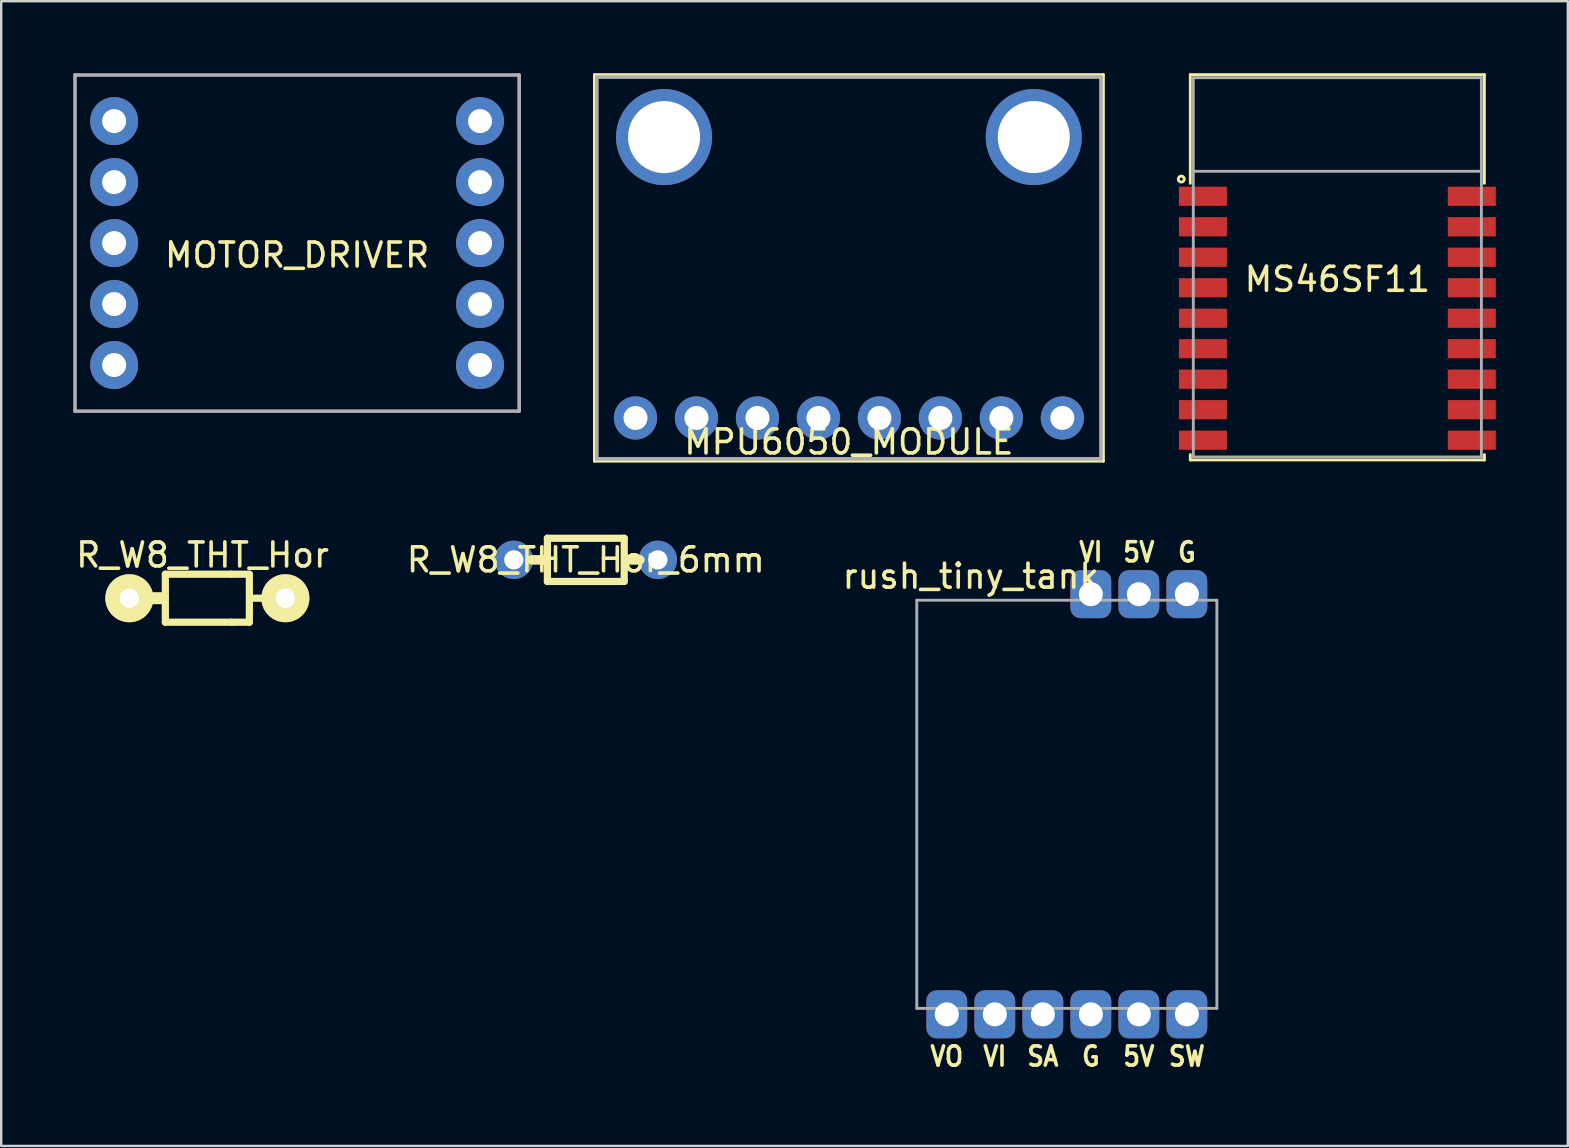
<source format=kicad_pcb>
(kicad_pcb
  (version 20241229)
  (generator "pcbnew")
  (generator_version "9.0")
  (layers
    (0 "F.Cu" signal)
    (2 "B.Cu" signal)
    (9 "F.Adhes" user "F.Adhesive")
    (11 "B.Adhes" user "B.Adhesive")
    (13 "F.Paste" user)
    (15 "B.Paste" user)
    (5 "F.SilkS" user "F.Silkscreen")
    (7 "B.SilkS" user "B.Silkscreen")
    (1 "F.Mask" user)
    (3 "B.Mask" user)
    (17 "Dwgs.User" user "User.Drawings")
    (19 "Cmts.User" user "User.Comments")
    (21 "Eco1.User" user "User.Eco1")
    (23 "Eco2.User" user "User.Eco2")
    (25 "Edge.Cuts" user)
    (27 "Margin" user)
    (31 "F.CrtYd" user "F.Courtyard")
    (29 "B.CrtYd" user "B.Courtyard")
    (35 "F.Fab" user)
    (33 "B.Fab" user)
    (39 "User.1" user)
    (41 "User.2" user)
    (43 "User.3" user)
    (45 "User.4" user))
  (footprint "R_W8_THT_Hor_6mm"
    (layer "F.Cu")
    (at 21.351 20.27)
    (property "Reference" "R_W8_THT_Hor_6mm" (at 0 0 0) (layer "F.SilkS") (effects (font (size 1 1) (thickness 0.15))))
    (attr through_hole)
    (fp_line (start -1.7 0) (end -2.25 0) (stroke (width 0.4) (type solid)) (layer "F.SilkS"))
    (fp_line (start -1.6 -0.9) (end -1.6 0.9) (stroke (width 0.3) (type solid)) (layer "F.SilkS"))
    (fp_line (start -1.6 0.9) (end 1.6 0.9) (stroke (width 0.3) (type solid)) (layer "F.SilkS"))
    (fp_line (start 1.6 -0.9) (end -1.6 -0.9) (stroke (width 0.3) (type solid)) (layer "F.SilkS"))
    (fp_line (start 1.6 -0.9) (end 1.6 0.9) (stroke (width 0.3) (type solid)) (layer "F.SilkS"))
    (fp_line (start 1.7 0) (end 2.25 0) (stroke (width 0.4) (type solid)) (layer "F.SilkS"))
    (pad "1" thru_hole circle (at -3 0) (size 1.6 1.6) (drill 0.8) (layers "*.Cu" "*.Mask"))
    (pad "2" thru_hole circle (at 3 0) (size 1.6 1.6) (drill 0.8) (layers "*.Cu" "*.Mask")))
  (footprint "R_W8_THT_Hor"
    (layer "F.Cu")
    (at 5.587 21.868)
    (property "Reference" "R_W8_THT_Hor" (at -0.2 -1.8 0) (layer "F.SilkS") (effects (font (size 1 1) (thickness 0.15))))
    (attr through_hole)
    (fp_line (start -1.85 0) (end -3.25 0) (stroke (width 0.5) (type solid)) (layer "F.SilkS"))
    (fp_line (start -1.75 -1) (end -1.75 1) (stroke (width 0.3) (type solid)) (layer "F.SilkS"))
    (fp_line (start -1.75 1) (end 1 1) (stroke (width 0.3) (type solid)) (layer "F.SilkS"))
    (fp_line (start 1 -1) (end -1.75 -1) (stroke (width 0.3) (type solid)) (layer "F.SilkS"))
    (fp_line (start 1.75 -1) (end 1 -1) (stroke (width 0.3) (type solid)) (layer "F.SilkS"))
    (fp_line (start 1.75 -1) (end 1.75 1) (stroke (width 0.3) (type solid)) (layer "F.SilkS"))
    (fp_line (start 1.75 1) (end 1 1) (stroke (width 0.3) (type solid)) (layer "F.SilkS"))
    (fp_line (start 1.85 0) (end 3.25 0) (stroke (width 0.3) (type solid)) (layer "F.SilkS"))
    (pad "1" thru_hole circle (at -3.25 0) (size 2 2) (drill 0.8) (layers "*.Cu" "*.Mask" "F.SilkS"))
    (pad "2" thru_hole circle (at 3.25 0) (size 2 2) (drill 0.8) (layers "*.Cu" "*.Mask" "F.SilkS")))
  (footprint "MOTOR_DRIVER"
    (layer "F.Cu")
    (at 9.325 7.075)
    (property "Reference" "MOTOR_DRIVER" (at 0 0.5 0) (layer "F.SilkS") (effects (font (size 1 1) (thickness 0.15))))
    (attr through_hole)
    (fp_line (start -9.25 -7) (end 9.25 -7) (stroke (width 0.15) (type solid)) (layer "F.Fab"))
    (fp_line (start -9.25 7) (end -9.25 -7) (stroke (width 0.15) (type solid)) (layer "F.Fab"))
    (fp_line (start 9.25 -7) (end 9.25 7) (stroke (width 0.15) (type solid)) (layer "F.Fab"))
    (fp_line (start 9.25 7) (end -9.25 7) (stroke (width 0.15) (type solid)) (layer "F.Fab"))
    (pad "1" thru_hole circle (at -7.62 -5.08) (size 2 2) (drill 1) (layers "*.Cu" "*.Mask"))
    (pad "2" thru_hole circle (at -7.62 -2.54) (size 2 2) (drill 1) (layers "*.Cu" "*.Mask"))
    (pad "3" thru_hole circle (at -7.62 0) (size 2 2) (drill 1) (layers "*.Cu" "*.Mask"))
    (pad "4" thru_hole circle (at -7.62 2.54) (size 2 2) (drill 1) (layers "*.Cu" "*.Mask"))
    (pad "5" thru_hole circle (at -7.62 5.08) (size 2 2) (drill 1) (layers "*.Cu" "*.Mask"))
    (pad "6" thru_hole circle (at 7.62 5.08) (size 2 2) (drill 1) (layers "*.Cu" "*.Mask"))
    (pad "7" thru_hole circle (at 7.62 2.54) (size 2 2) (drill 1) (layers "*.Cu" "*.Mask"))
    (pad "8" thru_hole circle (at 7.62 0) (size 2 2) (drill 1) (layers "*.Cu" "*.Mask"))
    (pad "9" thru_hole circle (at 7.62 -2.54) (size 2 2) (drill 1) (layers "*.Cu" "*.Mask"))
    (pad "10" thru_hole circle (at 7.62 -5.08) (size 2 2) (drill 1) (layers "*.Cu" "*.Mask")))
  (footprint "rush_tiny_tank"
    (layer "F.Cu")
    (at 41.387 30.451)
    (property "Reference" "rush_tiny_tank" (at -4 -9.5 0) (layer "F.SilkS") (effects (font (size 1 1) (thickness 0.15))))
    (attr through_hole)
    (fp_line (start -6.25 -8.5) (end 6.25 -8.5) (stroke (width 0.12) (type solid)) (layer "F.Fab"))
    (fp_line (start -6.25 8.5) (end -6.25 -8.5) (stroke (width 0.12) (type solid)) (layer "F.Fab"))
    (fp_line (start 6.25 -8.5) (end 6.25 8.5) (stroke (width 0.12) (type solid)) (layer "F.Fab"))
    (fp_line (start 6.25 8.5) (end -6.25 8.5) (stroke (width 0.12) (type solid)) (layer "F.Fab"))
    (fp_text user "5V" (at 3 -10.5 0) (layer "F.SilkS") (effects (font (size 0.8 0.7) (thickness 0.15))))
    (fp_text user "VI" (at -3 10.5 0) (layer "F.SilkS") (effects (font (size 0.8 0.7) (thickness 0.15))))
    (fp_text user "SA" (at -1 10.5 0) (layer "F.SilkS") (effects (font (size 0.8 0.7) (thickness 0.15))))
    (fp_text user "VO" (at -5 10.5 0) (layer "F.SilkS") (effects (font (size 0.8 0.7) (thickness 0.15))))
    (fp_text user "VI" (at 1 -10.5 0) (layer "F.SilkS") (effects (font (size 0.8 0.7) (thickness 0.15))))
    (fp_text user "SW" (at 5 10.5 0) (layer "F.SilkS") (effects (font (size 0.8 0.7) (thickness 0.15))))
    (fp_text user "G" (at 5 -10.5 0) (layer "F.SilkS") (effects (font (size 0.8 0.7) (thickness 0.15))))
    (fp_text user "5V" (at 3 10.5 0) (layer "F.SilkS") (effects (font (size 0.8 0.7) (thickness 0.15))))
    (fp_text user "G" (at 1 10.5 0) (layer "F.SilkS") (effects (font (size 0.8 0.7) (thickness 0.15))))
    (pad "1" thru_hole roundrect (at 5 8.75) (size 1.7 2) (drill 1) (layers "*.Cu" "*.Mask") (roundrect_rratio 0.25))
    (pad "2" thru_hole roundrect (at 3 8.75) (size 1.7 2) (drill 1) (layers "*.Cu" "*.Mask") (roundrect_rratio 0.25))
    (pad "3" thru_hole roundrect (at 1 8.75) (size 1.7 2) (drill 1) (layers "*.Cu" "*.Mask") (roundrect_rratio 0.25))
    (pad "4" thru_hole roundrect (at -1 8.75) (size 1.7 2) (drill 1) (layers "*.Cu" "*.Mask") (roundrect_rratio 0.25))
    (pad "5" thru_hole roundrect (at -3 8.75) (size 1.7 2) (drill 1) (layers "*.Cu" "*.Mask") (roundrect_rratio 0.25))
    (pad "6" thru_hole roundrect (at -5 8.75) (size 1.7 2) (drill 1) (layers "*.Cu" "*.Mask") (roundrect_rratio 0.25))
    (pad "7" thru_hole roundrect (at 5 -8.75) (size 1.7 2) (drill 1) (layers "*.Cu" "*.Mask") (roundrect_rratio 0.25))
    (pad "8" thru_hole roundrect (at 3 -8.75) (size 1.7 2) (drill 1) (layers "*.Cu" "*.Mask") (roundrect_rratio 0.25))
    (pad "9" thru_hole roundrect (at 1 -8.75) (size 1.7 2) (drill 1) (layers "*.Cu" "*.Mask") (roundrect_rratio 0.25)))
  (footprint "MPU6050_MODULE"
    (layer "F.Cu")
    (at 32.31 14.36)
    (property "Reference" "MPU6050_MODULE" (at 0 1 0) (layer "F.SilkS") (effects (font (size 1 1) (thickness 0.15))))
    (attr through_hole)
    (fp_line (start -10.6 -14.3) (end 10.6 -14.3) (stroke (width 0.12) (type solid)) (layer "F.SilkS"))
    (fp_line (start -10.6 1.8) (end -10.6 -14.3) (stroke (width 0.12) (type solid)) (layer "F.SilkS"))
    (fp_line (start 10.6 -14.3) (end 10.6 1.8) (stroke (width 0.12) (type solid)) (layer "F.SilkS"))
    (fp_line (start 10.6 1.8) (end -10.6 1.8) (stroke (width 0.12) (type solid)) (layer "F.SilkS"))
    (fp_line (start -10.5 -14.2) (end 10.5 -14.2) (stroke (width 0.15) (type solid)) (layer "F.Fab"))
    (fp_line (start -10.5 1.7) (end -10.5 -14.2) (stroke (width 0.15) (type solid)) (layer "F.Fab"))
    (fp_line (start 10.5 -14.2) (end 10.5 1.7) (stroke (width 0.15) (type solid)) (layer "F.Fab"))
    (fp_line (start 10.5 1.7) (end -10.5 1.7) (stroke (width 0.15) (type solid)) (layer "F.Fab"))
    (pad "1" thru_hole circle (at -8.89 0) (size 1.8 1.8) (drill 1) (layers "*.Cu" "*.Mask"))
    (pad "2" thru_hole circle (at -6.35 0) (size 1.8 1.8) (drill 1) (layers "*.Cu" "*.Mask"))
    (pad "3" thru_hole circle (at -3.81 0) (size 1.8 1.8) (drill 1) (layers "*.Cu" "*.Mask"))
    (pad "4" thru_hole circle (at -1.27 0) (size 1.8 1.8) (drill 1) (layers "*.Cu" "*.Mask"))
    (pad "5" thru_hole circle (at 1.27 0) (size 1.8 1.8) (drill 1) (layers "*.Cu" "*.Mask"))
    (pad "6" thru_hole circle (at 3.81 0) (size 1.8 1.8) (drill 1) (layers "*.Cu" "*.Mask"))
    (pad "7" thru_hole circle (at 6.35 0) (size 1.8 1.8) (drill 1) (layers "*.Cu" "*.Mask"))
    (pad "8" thru_hole circle (at 8.89 0) (size 1.8 1.8) (drill 1) (layers "*.Cu" "*.Mask"))
    (pad "~" thru_hole circle (at -7.7 -11.7) (size 4 4) (drill 3) (layers "*.Cu" "*.Mask"))
    (pad "~" thru_hole circle (at 7.7 -11.7) (size 4 4) (drill 3) (layers "*.Cu" "*.Mask")))
  (footprint "MS46SF11"
    (layer "F.Cu")
    (at 52.655 8.085)
    (property "Reference" "MS46SF11" (at 0 0.5 0) (layer "F.SilkS") (effects (font (size 1 1) (thickness 0.15))))
    (attr through_hole)
    (fp_line (start -6.125 -8.025) (end -6.125 -3.5) (stroke (width 0.12) (type solid)) (layer "F.SilkS"))
    (fp_line (start -6.125 7.8) (end -6.125 8.025) (stroke (width 0.12) (type solid)) (layer "F.SilkS"))
    (fp_line (start -6.125 8.025) (end 6.125 8.025) (stroke (width 0.12) (type solid)) (layer "F.SilkS"))
    (fp_line (start 6.125 -8.025) (end -6.125 -8.025) (stroke (width 0.12) (type solid)) (layer "F.SilkS"))
    (fp_line (start 6.125 -3.5) (end 6.125 -8.025) (stroke (width 0.12) (type solid)) (layer "F.SilkS"))
    (fp_line (start 6.125 8.025) (end 6.125 7.8) (stroke (width 0.12) (type solid)) (layer "F.SilkS"))
    (fp_circle (center -6.5 -3.675) (end -6.4 -3.6) (stroke (width 0.12) (type solid)) (fill no) (layer "F.SilkS"))
    (fp_line (start -6 -7.9) (end -6 7.9) (stroke (width 0.12) (type solid)) (layer "F.Fab"))
    (fp_line (start -6 -7.9) (end 6 -7.9) (stroke (width 0.12) (type solid)) (layer "F.Fab"))
    (fp_line (start -6 -4) (end 6 -4) (stroke (width 0.12) (type solid)) (layer "F.Fab"))
    (fp_line (start -6 7.9) (end 6 7.9) (stroke (width 0.12) (type solid)) (layer "F.Fab"))
    (fp_line (start 6 -7.9) (end 6 7.9) (stroke (width 0.12) (type solid)) (layer "F.Fab"))
    (pad "1" smd rect (at -5.6 -2.96) (size 2 0.8) (layers "F.Cu" "F.Mask" "F.Paste"))
    (pad "2" smd rect (at -5.6 -1.69) (size 2 0.8) (layers "F.Cu" "F.Mask" "F.Paste"))
    (pad "3" smd rect (at -5.6 -0.42) (size 2 0.8) (layers "F.Cu" "F.Mask" "F.Paste"))
    (pad "4" smd rect (at -5.6 0.85) (size 2 0.8) (layers "F.Cu" "F.Mask" "F.Paste"))
    (pad "5" smd rect (at -5.6 2.12) (size 2 0.8) (layers "F.Cu" "F.Mask" "F.Paste"))
    (pad "6" smd rect (at -5.6 3.39) (size 2 0.8) (layers "F.Cu" "F.Mask" "F.Paste"))
    (pad "7" smd rect (at -5.6 4.66) (size 2 0.8) (layers "F.Cu" "F.Mask" "F.Paste"))
    (pad "8" smd rect (at -5.6 5.93) (size 2 0.8) (layers "F.Cu" "F.Mask" "F.Paste"))
    (pad "9" smd rect (at -5.6 7.2) (size 2 0.8) (layers "F.Cu" "F.Mask" "F.Paste"))
    (pad "10" smd rect (at 5.6 7.2) (size 2 0.8) (layers "F.Cu" "F.Mask" "F.Paste"))
    (pad "11" smd rect (at 5.6 5.93) (size 2 0.8) (layers "F.Cu" "F.Mask" "F.Paste"))
    (pad "12" smd rect (at 5.6 4.66) (size 2 0.8) (layers "F.Cu" "F.Mask" "F.Paste"))
    (pad "13" smd rect (at 5.6 3.39) (size 2 0.8) (layers "F.Cu" "F.Mask" "F.Paste"))
    (pad "14" smd rect (at 5.6 2.12) (size 2 0.8) (layers "F.Cu" "F.Mask" "F.Paste"))
    (pad "15" smd rect (at 5.6 0.85) (size 2 0.8) (layers "F.Cu" "F.Mask" "F.Paste"))
    (pad "16" smd rect (at 5.6 -0.42) (size 2 0.8) (layers "F.Cu" "F.Mask" "F.Paste"))
    (pad "17" smd rect (at 5.6 -1.69) (size 2 0.8) (layers "F.Cu" "F.Mask" "F.Paste"))
    (pad "18" smd rect (at 5.6 -2.96) (size 2 0.8) (layers "F.Cu" "F.Mask" "F.Paste")))
  (gr_rect
    (start -3 -3)
    (end 62.255 44.682)
    (stroke (width 0.1) (type default))
    (fill no)
    (layer "Edge.Cuts")))
</source>
